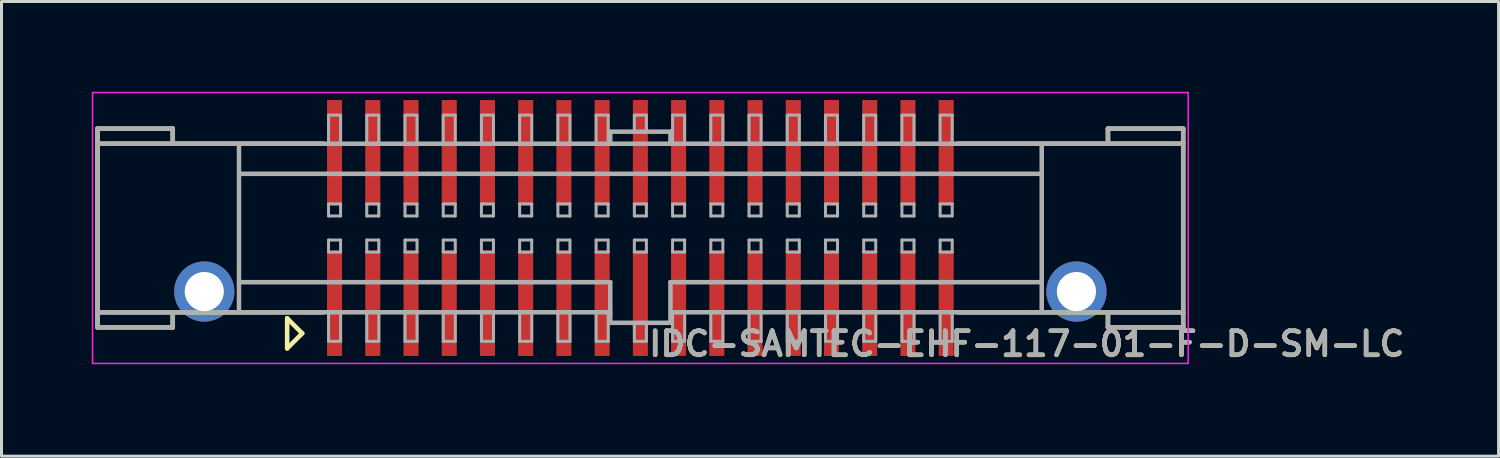
<source format=kicad_pcb>
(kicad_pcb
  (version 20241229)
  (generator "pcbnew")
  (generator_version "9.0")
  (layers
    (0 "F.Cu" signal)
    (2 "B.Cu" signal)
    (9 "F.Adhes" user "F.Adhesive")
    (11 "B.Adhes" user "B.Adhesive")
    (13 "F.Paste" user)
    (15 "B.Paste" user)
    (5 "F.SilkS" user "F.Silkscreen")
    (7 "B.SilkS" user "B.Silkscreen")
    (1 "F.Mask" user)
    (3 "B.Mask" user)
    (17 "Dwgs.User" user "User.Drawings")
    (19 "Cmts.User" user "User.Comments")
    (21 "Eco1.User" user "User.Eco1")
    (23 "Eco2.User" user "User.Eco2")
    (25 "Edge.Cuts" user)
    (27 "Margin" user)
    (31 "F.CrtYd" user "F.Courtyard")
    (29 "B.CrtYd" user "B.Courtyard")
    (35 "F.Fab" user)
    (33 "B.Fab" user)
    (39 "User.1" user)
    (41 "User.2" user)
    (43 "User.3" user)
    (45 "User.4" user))
  (footprint "IDC-SAMTEC-EHF-117-01-F-D-SM-LC"
    (layer "F.Cu")
    (at 18.225 4.525)
    (property "Reference" "IDC-SAMTEC-EHF-117-01-F-D-SM-LC" (at 12.835 3.85 0) (layer "F.SilkS") (effects (font (size 0.8 0.8) (thickness 0.15))))
    (attr through_hole)
    (fp_line (start -18.035 -3.3) (end -15.535 -3.3) (stroke (width 0.15) (type solid)) (layer "F.SilkS"))
    (fp_line (start -18.035 -2.8) (end -18.035 -3.3) (stroke (width 0.15) (type solid)) (layer "F.SilkS"))
    (fp_line (start -18.035 2.8) (end -18.035 -2.8) (stroke (width 0.15) (type solid)) (layer "F.SilkS"))
    (fp_line (start -18.035 2.8) (end -18.035 3.3) (stroke (width 0.15) (type solid)) (layer "F.SilkS"))
    (fp_line (start -18.035 2.8) (end -10.535 2.8) (stroke (width 0.15) (type solid)) (layer "F.SilkS"))
    (fp_line (start -18.035 3.3) (end -15.535 3.3) (stroke (width 0.15) (type solid)) (layer "F.SilkS"))
    (fp_line (start -15.535 -3.3) (end -15.535 -2.8) (stroke (width 0.15) (type solid)) (layer "F.SilkS"))
    (fp_line (start -15.535 3.3) (end -15.535 2.8) (stroke (width 0.15) (type solid)) (layer "F.SilkS"))
    (fp_line (start -11.735 3) (end -11.735 4) (stroke (width 0.15) (type solid)) (layer "F.SilkS"))
    (fp_line (start -11.735 4) (end -11.235 3.5) (stroke (width 0.15) (type solid)) (layer "F.SilkS"))
    (fp_line (start -11.235 3.5) (end -11.735 3) (stroke (width 0.15) (type solid)) (layer "F.SilkS"))
    (fp_line (start -10.535 -2.8) (end -18.035 -2.8) (stroke (width 0.15) (type solid)) (layer "F.SilkS"))
    (fp_line (start 10.535 2.8) (end 18.035 2.8) (stroke (width 0.15) (type solid)) (layer "F.SilkS"))
    (fp_line (start 15.535 -3.3) (end 15.535 -2.8) (stroke (width 0.15) (type solid)) (layer "F.SilkS"))
    (fp_line (start 15.535 3.3) (end 15.535 2.8) (stroke (width 0.15) (type solid)) (layer "F.SilkS"))
    (fp_line (start 18.035 -3.3) (end 15.535 -3.3) (stroke (width 0.15) (type solid)) (layer "F.SilkS"))
    (fp_line (start 18.035 -2.8) (end 10.535 -2.8) (stroke (width 0.15) (type solid)) (layer "F.SilkS"))
    (fp_line (start 18.035 -2.8) (end 18.035 -3.3) (stroke (width 0.15) (type solid)) (layer "F.SilkS"))
    (fp_line (start 18.035 -2.8) (end 18.035 2.8) (stroke (width 0.15) (type solid)) (layer "F.SilkS"))
    (fp_line (start 18.035 2.8) (end 18.035 3.3) (stroke (width 0.15) (type solid)) (layer "F.SilkS"))
    (fp_line (start 18.035 3.3) (end 15.535 3.3) (stroke (width 0.15) (type solid)) (layer "F.SilkS"))
    (fp_line (start -18.2 -4.5) (end 18.2 -4.5) (stroke (width 0.05) (type solid)) (layer "F.CrtYd"))
    (fp_line (start -18.2 4.5) (end -18.2 -4.5) (stroke (width 0.05) (type solid)) (layer "F.CrtYd"))
    (fp_line (start 18.2 -4.5) (end 18.2 4.5) (stroke (width 0.05) (type solid)) (layer "F.CrtYd"))
    (fp_line (start 18.2 4.5) (end -18.2 4.5) (stroke (width 0.05) (type solid)) (layer "F.CrtYd"))
    (fp_line (start -18.035 -3.3) (end -18.035 -2.8) (stroke (width 0.15) (type solid)) (layer "F.Fab"))
    (fp_line (start -18.035 2.8) (end -18.035 -2.8) (stroke (width 0.15) (type solid)) (layer "F.Fab"))
    (fp_line (start -18.035 2.8) (end -18.035 3.3) (stroke (width 0.15) (type solid)) (layer "F.Fab"))
    (fp_line (start -18.035 2.8) (end -1 2.8) (stroke (width 0.15) (type solid)) (layer "F.Fab"))
    (fp_line (start -18.035 3.3) (end -15.535 3.3) (stroke (width 0.15) (type solid)) (layer "F.Fab"))
    (fp_line (start -18 -2.8) (end 18 -2.8) (stroke (width 0.15) (type solid)) (layer "F.Fab"))
    (fp_line (start -15.535 -3.3) (end -18.035 -3.3) (stroke (width 0.15) (type solid)) (layer "F.Fab"))
    (fp_line (start -15.535 -2.8) (end -15.535 -3.3) (stroke (width 0.15) (type solid)) (layer "F.Fab"))
    (fp_line (start -15.535 3.3) (end -15.535 2.8) (stroke (width 0.15) (type solid)) (layer "F.Fab"))
    (fp_line (start -13.335 -2.8) (end -13.335 2.8) (stroke (width 0.15) (type solid)) (layer "F.Fab"))
    (fp_line (start -13.335 1.8) (end -1 1.8) (stroke (width 0.15) (type solid)) (layer "F.Fab"))
    (fp_line (start -13.3 -1.8) (end 13.3 -1.8) (stroke (width 0.15) (type solid)) (layer "F.Fab"))
    (fp_line (start -10.36 -3.75) (end -9.96 -3.75) (stroke (width 0.1) (type solid)) (layer "F.Fab"))
    (fp_line (start -10.36 -2.8) (end -10.36 -3.75) (stroke (width 0.1) (type solid)) (layer "F.Fab"))
    (fp_line (start -10.36 -0.8) (end -9.96 -0.8) (stroke (width 0.1) (type solid)) (layer "F.Fab"))
    (fp_line (start -10.36 -0.4) (end -10.36 -0.8) (stroke (width 0.1) (type solid)) (layer "F.Fab"))
    (fp_line (start -10.36 0.4) (end -9.96 0.4) (stroke (width 0.1) (type solid)) (layer "F.Fab"))
    (fp_line (start -10.36 0.8) (end -10.36 0.4) (stroke (width 0.1) (type solid)) (layer "F.Fab"))
    (fp_line (start -10.359 3.765) (end -10.359 2.815) (stroke (width 0.1) (type solid)) (layer "F.Fab"))
    (fp_line (start -9.96 -3.75) (end -9.96 -2.8) (stroke (width 0.1) (type solid)) (layer "F.Fab"))
    (fp_line (start -9.96 -0.8) (end -9.96 -0.4) (stroke (width 0.1) (type solid)) (layer "F.Fab"))
    (fp_line (start -9.96 -0.4) (end -10.36 -0.4) (stroke (width 0.1) (type solid)) (layer "F.Fab"))
    (fp_line (start -9.96 0.4) (end -9.96 0.8) (stroke (width 0.1) (type solid)) (layer "F.Fab"))
    (fp_line (start -9.96 0.8) (end -10.36 0.8) (stroke (width 0.1) (type solid)) (layer "F.Fab"))
    (fp_line (start -9.959 2.815) (end -9.959 3.765) (stroke (width 0.1) (type solid)) (layer "F.Fab"))
    (fp_line (start -9.959 3.765) (end -10.359 3.765) (stroke (width 0.1) (type solid)) (layer "F.Fab"))
    (fp_line (start -9.09 -3.75) (end -8.69 -3.75) (stroke (width 0.1) (type solid)) (layer "F.Fab"))
    (fp_line (start -9.09 -2.8) (end -9.09 -3.75) (stroke (width 0.1) (type solid)) (layer "F.Fab"))
    (fp_line (start -9.09 -0.8) (end -8.69 -0.8) (stroke (width 0.1) (type solid)) (layer "F.Fab"))
    (fp_line (start -9.09 -0.4) (end -9.09 -0.8) (stroke (width 0.1) (type solid)) (layer "F.Fab"))
    (fp_line (start -9.09 0.4) (end -8.69 0.4) (stroke (width 0.1) (type solid)) (layer "F.Fab"))
    (fp_line (start -9.09 0.8) (end -9.09 0.4) (stroke (width 0.1) (type solid)) (layer "F.Fab"))
    (fp_line (start -9.089 3.765) (end -9.089 2.815) (stroke (width 0.1) (type solid)) (layer "F.Fab"))
    (fp_line (start -8.69 -3.75) (end -8.69 -2.8) (stroke (width 0.1) (type solid)) (layer "F.Fab"))
    (fp_line (start -8.69 -0.8) (end -8.69 -0.4) (stroke (width 0.1) (type solid)) (layer "F.Fab"))
    (fp_line (start -8.69 -0.4) (end -9.09 -0.4) (stroke (width 0.1) (type solid)) (layer "F.Fab"))
    (fp_line (start -8.69 0.4) (end -8.69 0.8) (stroke (width 0.1) (type solid)) (layer "F.Fab"))
    (fp_line (start -8.69 0.8) (end -9.09 0.8) (stroke (width 0.1) (type solid)) (layer "F.Fab"))
    (fp_line (start -8.689 2.815) (end -8.689 3.765) (stroke (width 0.1) (type solid)) (layer "F.Fab"))
    (fp_line (start -8.689 3.765) (end -9.089 3.765) (stroke (width 0.1) (type solid)) (layer "F.Fab"))
    (fp_line (start -7.82 -3.75) (end -7.42 -3.75) (stroke (width 0.1) (type solid)) (layer "F.Fab"))
    (fp_line (start -7.82 -2.8) (end -7.82 -3.75) (stroke (width 0.1) (type solid)) (layer "F.Fab"))
    (fp_line (start -7.82 -0.8) (end -7.42 -0.8) (stroke (width 0.1) (type solid)) (layer "F.Fab"))
    (fp_line (start -7.82 -0.4) (end -7.82 -0.8) (stroke (width 0.1) (type solid)) (layer "F.Fab"))
    (fp_line (start -7.82 0.4) (end -7.42 0.4) (stroke (width 0.1) (type solid)) (layer "F.Fab"))
    (fp_line (start -7.82 0.8) (end -7.82 0.4) (stroke (width 0.1) (type solid)) (layer "F.Fab"))
    (fp_line (start -7.819 3.765) (end -7.819 2.815) (stroke (width 0.1) (type solid)) (layer "F.Fab"))
    (fp_line (start -7.42 -3.75) (end -7.42 -2.8) (stroke (width 0.1) (type solid)) (layer "F.Fab"))
    (fp_line (start -7.42 -0.8) (end -7.42 -0.4) (stroke (width 0.1) (type solid)) (layer "F.Fab"))
    (fp_line (start -7.42 -0.4) (end -7.82 -0.4) (stroke (width 0.1) (type solid)) (layer "F.Fab"))
    (fp_line (start -7.42 0.4) (end -7.42 0.8) (stroke (width 0.1) (type solid)) (layer "F.Fab"))
    (fp_line (start -7.42 0.8) (end -7.82 0.8) (stroke (width 0.1) (type solid)) (layer "F.Fab"))
    (fp_line (start -7.419 2.815) (end -7.419 3.765) (stroke (width 0.1) (type solid)) (layer "F.Fab"))
    (fp_line (start -7.419 3.765) (end -7.819 3.765) (stroke (width 0.1) (type solid)) (layer "F.Fab"))
    (fp_line (start -6.55 -3.75) (end -6.15 -3.75) (stroke (width 0.1) (type solid)) (layer "F.Fab"))
    (fp_line (start -6.55 -2.8) (end -6.55 -3.75) (stroke (width 0.1) (type solid)) (layer "F.Fab"))
    (fp_line (start -6.55 -0.8) (end -6.15 -0.8) (stroke (width 0.1) (type solid)) (layer "F.Fab"))
    (fp_line (start -6.55 -0.4) (end -6.55 -0.8) (stroke (width 0.1) (type solid)) (layer "F.Fab"))
    (fp_line (start -6.55 0.4) (end -6.15 0.4) (stroke (width 0.1) (type solid)) (layer "F.Fab"))
    (fp_line (start -6.55 0.8) (end -6.55 0.4) (stroke (width 0.1) (type solid)) (layer "F.Fab"))
    (fp_line (start -6.549 3.765) (end -6.549 2.815) (stroke (width 0.1) (type solid)) (layer "F.Fab"))
    (fp_line (start -6.15 -3.75) (end -6.15 -2.8) (stroke (width 0.1) (type solid)) (layer "F.Fab"))
    (fp_line (start -6.15 -0.8) (end -6.15 -0.4) (stroke (width 0.1) (type solid)) (layer "F.Fab"))
    (fp_line (start -6.15 -0.4) (end -6.55 -0.4) (stroke (width 0.1) (type solid)) (layer "F.Fab"))
    (fp_line (start -6.15 0.4) (end -6.15 0.8) (stroke (width 0.1) (type solid)) (layer "F.Fab"))
    (fp_line (start -6.15 0.8) (end -6.55 0.8) (stroke (width 0.1) (type solid)) (layer "F.Fab"))
    (fp_line (start -6.149 2.815) (end -6.149 3.765) (stroke (width 0.1) (type solid)) (layer "F.Fab"))
    (fp_line (start -6.149 3.765) (end -6.549 3.765) (stroke (width 0.1) (type solid)) (layer "F.Fab"))
    (fp_line (start -5.28 -3.75) (end -4.88 -3.75) (stroke (width 0.1) (type solid)) (layer "F.Fab"))
    (fp_line (start -5.28 -2.8) (end -5.28 -3.75) (stroke (width 0.1) (type solid)) (layer "F.Fab"))
    (fp_line (start -5.28 -0.8) (end -4.88 -0.8) (stroke (width 0.1) (type solid)) (layer "F.Fab"))
    (fp_line (start -5.28 -0.4) (end -5.28 -0.8) (stroke (width 0.1) (type solid)) (layer "F.Fab"))
    (fp_line (start -5.28 0.4) (end -4.88 0.4) (stroke (width 0.1) (type solid)) (layer "F.Fab"))
    (fp_line (start -5.28 0.8) (end -5.28 0.4) (stroke (width 0.1) (type solid)) (layer "F.Fab"))
    (fp_line (start -5.279 3.765) (end -5.279 2.815) (stroke (width 0.1) (type solid)) (layer "F.Fab"))
    (fp_line (start -4.88 -3.75) (end -4.88 -2.8) (stroke (width 0.1) (type solid)) (layer "F.Fab"))
    (fp_line (start -4.88 -0.8) (end -4.88 -0.4) (stroke (width 0.1) (type solid)) (layer "F.Fab"))
    (fp_line (start -4.88 -0.4) (end -5.28 -0.4) (stroke (width 0.1) (type solid)) (layer "F.Fab"))
    (fp_line (start -4.88 0.4) (end -4.88 0.8) (stroke (width 0.1) (type solid)) (layer "F.Fab"))
    (fp_line (start -4.88 0.8) (end -5.28 0.8) (stroke (width 0.1) (type solid)) (layer "F.Fab"))
    (fp_line (start -4.879 2.815) (end -4.879 3.765) (stroke (width 0.1) (type solid)) (layer "F.Fab"))
    (fp_line (start -4.879 3.765) (end -5.279 3.765) (stroke (width 0.1) (type solid)) (layer "F.Fab"))
    (fp_line (start -4.01 -3.75) (end -3.61 -3.75) (stroke (width 0.1) (type solid)) (layer "F.Fab"))
    (fp_line (start -4.01 -2.8) (end -4.01 -3.75) (stroke (width 0.1) (type solid)) (layer "F.Fab"))
    (fp_line (start -4.01 -0.8) (end -3.61 -0.8) (stroke (width 0.1) (type solid)) (layer "F.Fab"))
    (fp_line (start -4.01 -0.4) (end -4.01 -0.8) (stroke (width 0.1) (type solid)) (layer "F.Fab"))
    (fp_line (start -4.01 0.4) (end -3.61 0.4) (stroke (width 0.1) (type solid)) (layer "F.Fab"))
    (fp_line (start -4.01 0.8) (end -4.01 0.4) (stroke (width 0.1) (type solid)) (layer "F.Fab"))
    (fp_line (start -4.009 3.765) (end -4.009 2.815) (stroke (width 0.1) (type solid)) (layer "F.Fab"))
    (fp_line (start -3.61 -3.75) (end -3.61 -2.8) (stroke (width 0.1) (type solid)) (layer "F.Fab"))
    (fp_line (start -3.61 -0.8) (end -3.61 -0.4) (stroke (width 0.1) (type solid)) (layer "F.Fab"))
    (fp_line (start -3.61 -0.4) (end -4.01 -0.4) (stroke (width 0.1) (type solid)) (layer "F.Fab"))
    (fp_line (start -3.61 0.4) (end -3.61 0.8) (stroke (width 0.1) (type solid)) (layer "F.Fab"))
    (fp_line (start -3.61 0.8) (end -4.01 0.8) (stroke (width 0.1) (type solid)) (layer "F.Fab"))
    (fp_line (start -3.609 2.815) (end -3.609 3.765) (stroke (width 0.1) (type solid)) (layer "F.Fab"))
    (fp_line (start -3.609 3.765) (end -4.009 3.765) (stroke (width 0.1) (type solid)) (layer "F.Fab"))
    (fp_line (start -2.74 -3.75) (end -2.34 -3.75) (stroke (width 0.1) (type solid)) (layer "F.Fab"))
    (fp_line (start -2.74 -2.8) (end -2.74 -3.75) (stroke (width 0.1) (type solid)) (layer "F.Fab"))
    (fp_line (start -2.74 -0.8) (end -2.34 -0.8) (stroke (width 0.1) (type solid)) (layer "F.Fab"))
    (fp_line (start -2.74 -0.4) (end -2.74 -0.8) (stroke (width 0.1) (type solid)) (layer "F.Fab"))
    (fp_line (start -2.74 0.4) (end -2.34 0.4) (stroke (width 0.1) (type solid)) (layer "F.Fab"))
    (fp_line (start -2.74 0.8) (end -2.74 0.4) (stroke (width 0.1) (type solid)) (layer "F.Fab"))
    (fp_line (start -2.739 3.765) (end -2.739 2.815) (stroke (width 0.1) (type solid)) (layer "F.Fab"))
    (fp_line (start -2.34 -3.75) (end -2.34 -2.8) (stroke (width 0.1) (type solid)) (layer "F.Fab"))
    (fp_line (start -2.34 -0.8) (end -2.34 -0.4) (stroke (width 0.1) (type solid)) (layer "F.Fab"))
    (fp_line (start -2.34 -0.4) (end -2.74 -0.4) (stroke (width 0.1) (type solid)) (layer "F.Fab"))
    (fp_line (start -2.34 0.4) (end -2.34 0.8) (stroke (width 0.1) (type solid)) (layer "F.Fab"))
    (fp_line (start -2.34 0.8) (end -2.74 0.8) (stroke (width 0.1) (type solid)) (layer "F.Fab"))
    (fp_line (start -2.339 2.815) (end -2.339 3.765) (stroke (width 0.1) (type solid)) (layer "F.Fab"))
    (fp_line (start -2.339 3.765) (end -2.739 3.765) (stroke (width 0.1) (type solid)) (layer "F.Fab"))
    (fp_line (start -1.47 -3.75) (end -1.07 -3.75) (stroke (width 0.1) (type solid)) (layer "F.Fab"))
    (fp_line (start -1.47 -2.8) (end -1.47 -3.75) (stroke (width 0.1) (type solid)) (layer "F.Fab"))
    (fp_line (start -1.47 -0.8) (end -1.07 -0.8) (stroke (width 0.1) (type solid)) (layer "F.Fab"))
    (fp_line (start -1.47 -0.4) (end -1.47 -0.8) (stroke (width 0.1) (type solid)) (layer "F.Fab"))
    (fp_line (start -1.47 0.4) (end -1.07 0.4) (stroke (width 0.1) (type solid)) (layer "F.Fab"))
    (fp_line (start -1.47 0.8) (end -1.47 0.4) (stroke (width 0.1) (type solid)) (layer "F.Fab"))
    (fp_line (start -1.469 3.765) (end -1.469 2.815) (stroke (width 0.1) (type solid)) (layer "F.Fab"))
    (fp_line (start -1.07 -3.75) (end -1.07 -2.8) (stroke (width 0.1) (type solid)) (layer "F.Fab"))
    (fp_line (start -1.07 -0.8) (end -1.07 -0.4) (stroke (width 0.1) (type solid)) (layer "F.Fab"))
    (fp_line (start -1.07 -0.4) (end -1.47 -0.4) (stroke (width 0.1) (type solid)) (layer "F.Fab"))
    (fp_line (start -1.07 0.4) (end -1.07 0.8) (stroke (width 0.1) (type solid)) (layer "F.Fab"))
    (fp_line (start -1.07 0.8) (end -1.47 0.8) (stroke (width 0.1) (type solid)) (layer "F.Fab"))
    (fp_line (start -1.069 2.815) (end -1.069 3.765) (stroke (width 0.1) (type solid)) (layer "F.Fab"))
    (fp_line (start -1.069 3.765) (end -1.469 3.765) (stroke (width 0.1) (type solid)) (layer "F.Fab"))
    (fp_line (start -1 -3.2) (end 1 -3.2) (stroke (width 0.15) (type solid)) (layer "F.Fab"))
    (fp_line (start -1 -2.8) (end -1 -3.2) (stroke (width 0.15) (type solid)) (layer "F.Fab"))
    (fp_line (start -1 1.8) (end -1 3.15) (stroke (width 0.15) (type solid)) (layer "F.Fab"))
    (fp_line (start -1 3.15) (end 1 3.15) (stroke (width 0.15) (type solid)) (layer "F.Fab"))
    (fp_line (start -0.2 -3.75) (end 0.2 -3.75) (stroke (width 0.1) (type solid)) (layer "F.Fab"))
    (fp_line (start -0.2 -3.2) (end -0.2 -3.75) (stroke (width 0.1) (type solid)) (layer "F.Fab"))
    (fp_line (start -0.2 -0.8) (end 0.2 -0.8) (stroke (width 0.1) (type solid)) (layer "F.Fab"))
    (fp_line (start -0.2 -0.4) (end -0.2 -0.8) (stroke (width 0.1) (type solid)) (layer "F.Fab"))
    (fp_line (start -0.2 0.4) (end 0.2 0.4) (stroke (width 0.1) (type solid)) (layer "F.Fab"))
    (fp_line (start -0.2 0.8) (end -0.2 0.4) (stroke (width 0.1) (type solid)) (layer "F.Fab"))
    (fp_line (start -0.199 3.765) (end -0.2 3.15) (stroke (width 0.1) (type solid)) (layer "F.Fab"))
    (fp_line (start 0.2 -3.75) (end 0.2 -3.2) (stroke (width 0.1) (type solid)) (layer "F.Fab"))
    (fp_line (start 0.2 -0.8) (end 0.2 -0.4) (stroke (width 0.1) (type solid)) (layer "F.Fab"))
    (fp_line (start 0.2 -0.4) (end -0.2 -0.4) (stroke (width 0.1) (type solid)) (layer "F.Fab"))
    (fp_line (start 0.2 0.4) (end 0.2 0.8) (stroke (width 0.1) (type solid)) (layer "F.Fab"))
    (fp_line (start 0.2 0.8) (end -0.2 0.8) (stroke (width 0.1) (type solid)) (layer "F.Fab"))
    (fp_line (start 0.2 3.15) (end 0.201 3.765) (stroke (width 0.1) (type solid)) (layer "F.Fab"))
    (fp_line (start 0.201 3.765) (end -0.199 3.765) (stroke (width 0.1) (type solid)) (layer "F.Fab"))
    (fp_line (start 1 -3.2) (end 1 -2.8) (stroke (width 0.15) (type solid)) (layer "F.Fab"))
    (fp_line (start 1 1.8) (end 13.3 1.8) (stroke (width 0.15) (type solid)) (layer "F.Fab"))
    (fp_line (start 1 2.8) (end 18 2.8) (stroke (width 0.15) (type solid)) (layer "F.Fab"))
    (fp_line (start 1 3.15) (end 1 1.8) (stroke (width 0.15) (type solid)) (layer "F.Fab"))
    (fp_line (start 1.07 -3.75) (end 1.47 -3.75) (stroke (width 0.1) (type solid)) (layer "F.Fab"))
    (fp_line (start 1.07 -2.8) (end 1.07 -3.75) (stroke (width 0.1) (type solid)) (layer "F.Fab"))
    (fp_line (start 1.07 -0.8) (end 1.47 -0.8) (stroke (width 0.1) (type solid)) (layer "F.Fab"))
    (fp_line (start 1.07 -0.4) (end 1.07 -0.8) (stroke (width 0.1) (type solid)) (layer "F.Fab"))
    (fp_line (start 1.07 0.4) (end 1.47 0.4) (stroke (width 0.1) (type solid)) (layer "F.Fab"))
    (fp_line (start 1.07 0.8) (end 1.07 0.4) (stroke (width 0.1) (type solid)) (layer "F.Fab"))
    (fp_line (start 1.071 3.765) (end 1.071 2.815) (stroke (width 0.1) (type solid)) (layer "F.Fab"))
    (fp_line (start 1.47 -3.75) (end 1.47 -2.8) (stroke (width 0.1) (type solid)) (layer "F.Fab"))
    (fp_line (start 1.47 -0.8) (end 1.47 -0.4) (stroke (width 0.1) (type solid)) (layer "F.Fab"))
    (fp_line (start 1.47 -0.4) (end 1.07 -0.4) (stroke (width 0.1) (type solid)) (layer "F.Fab"))
    (fp_line (start 1.47 0.4) (end 1.47 0.8) (stroke (width 0.1) (type solid)) (layer "F.Fab"))
    (fp_line (start 1.47 0.8) (end 1.07 0.8) (stroke (width 0.1) (type solid)) (layer "F.Fab"))
    (fp_line (start 1.471 2.815) (end 1.471 3.765) (stroke (width 0.1) (type solid)) (layer "F.Fab"))
    (fp_line (start 1.471 3.765) (end 1.071 3.765) (stroke (width 0.1) (type solid)) (layer "F.Fab"))
    (fp_line (start 2.34 -3.75) (end 2.74 -3.75) (stroke (width 0.1) (type solid)) (layer "F.Fab"))
    (fp_line (start 2.34 -2.8) (end 2.34 -3.75) (stroke (width 0.1) (type solid)) (layer "F.Fab"))
    (fp_line (start 2.34 -0.8) (end 2.74 -0.8) (stroke (width 0.1) (type solid)) (layer "F.Fab"))
    (fp_line (start 2.34 -0.4) (end 2.34 -0.8) (stroke (width 0.1) (type solid)) (layer "F.Fab"))
    (fp_line (start 2.34 0.4) (end 2.74 0.4) (stroke (width 0.1) (type solid)) (layer "F.Fab"))
    (fp_line (start 2.34 0.8) (end 2.34 0.4) (stroke (width 0.1) (type solid)) (layer "F.Fab"))
    (fp_line (start 2.341 3.765) (end 2.341 2.815) (stroke (width 0.1) (type solid)) (layer "F.Fab"))
    (fp_line (start 2.74 -3.75) (end 2.74 -2.8) (stroke (width 0.1) (type solid)) (layer "F.Fab"))
    (fp_line (start 2.74 -0.8) (end 2.74 -0.4) (stroke (width 0.1) (type solid)) (layer "F.Fab"))
    (fp_line (start 2.74 -0.4) (end 2.34 -0.4) (stroke (width 0.1) (type solid)) (layer "F.Fab"))
    (fp_line (start 2.74 0.4) (end 2.74 0.8) (stroke (width 0.1) (type solid)) (layer "F.Fab"))
    (fp_line (start 2.74 0.8) (end 2.34 0.8) (stroke (width 0.1) (type solid)) (layer "F.Fab"))
    (fp_line (start 2.741 2.815) (end 2.741 3.765) (stroke (width 0.1) (type solid)) (layer "F.Fab"))
    (fp_line (start 2.741 3.765) (end 2.341 3.765) (stroke (width 0.1) (type solid)) (layer "F.Fab"))
    (fp_line (start 3.61 -3.75) (end 4.01 -3.75) (stroke (width 0.1) (type solid)) (layer "F.Fab"))
    (fp_line (start 3.61 -2.8) (end 3.61 -3.75) (stroke (width 0.1) (type solid)) (layer "F.Fab"))
    (fp_line (start 3.61 -0.8) (end 4.01 -0.8) (stroke (width 0.1) (type solid)) (layer "F.Fab"))
    (fp_line (start 3.61 -0.4) (end 3.61 -0.8) (stroke (width 0.1) (type solid)) (layer "F.Fab"))
    (fp_line (start 3.61 0.4) (end 4.01 0.4) (stroke (width 0.1) (type solid)) (layer "F.Fab"))
    (fp_line (start 3.61 0.8) (end 3.61 0.4) (stroke (width 0.1) (type solid)) (layer "F.Fab"))
    (fp_line (start 3.611 3.765) (end 3.611 2.815) (stroke (width 0.1) (type solid)) (layer "F.Fab"))
    (fp_line (start 4.01 -3.75) (end 4.01 -2.8) (stroke (width 0.1) (type solid)) (layer "F.Fab"))
    (fp_line (start 4.01 -0.8) (end 4.01 -0.4) (stroke (width 0.1) (type solid)) (layer "F.Fab"))
    (fp_line (start 4.01 -0.4) (end 3.61 -0.4) (stroke (width 0.1) (type solid)) (layer "F.Fab"))
    (fp_line (start 4.01 0.4) (end 4.01 0.8) (stroke (width 0.1) (type solid)) (layer "F.Fab"))
    (fp_line (start 4.01 0.8) (end 3.61 0.8) (stroke (width 0.1) (type solid)) (layer "F.Fab"))
    (fp_line (start 4.011 2.815) (end 4.011 3.765) (stroke (width 0.1) (type solid)) (layer "F.Fab"))
    (fp_line (start 4.011 3.765) (end 3.611 3.765) (stroke (width 0.1) (type solid)) (layer "F.Fab"))
    (fp_line (start 4.88 -3.75) (end 5.28 -3.75) (stroke (width 0.1) (type solid)) (layer "F.Fab"))
    (fp_line (start 4.88 -2.8) (end 4.88 -3.75) (stroke (width 0.1) (type solid)) (layer "F.Fab"))
    (fp_line (start 4.88 -0.8) (end 5.28 -0.8) (stroke (width 0.1) (type solid)) (layer "F.Fab"))
    (fp_line (start 4.88 -0.4) (end 4.88 -0.8) (stroke (width 0.1) (type solid)) (layer "F.Fab"))
    (fp_line (start 4.88 0.4) (end 5.28 0.4) (stroke (width 0.1) (type solid)) (layer "F.Fab"))
    (fp_line (start 4.88 0.8) (end 4.88 0.4) (stroke (width 0.1) (type solid)) (layer "F.Fab"))
    (fp_line (start 4.881 3.765) (end 4.881 2.815) (stroke (width 0.1) (type solid)) (layer "F.Fab"))
    (fp_line (start 5.28 -3.75) (end 5.28 -2.8) (stroke (width 0.1) (type solid)) (layer "F.Fab"))
    (fp_line (start 5.28 -0.8) (end 5.28 -0.4) (stroke (width 0.1) (type solid)) (layer "F.Fab"))
    (fp_line (start 5.28 -0.4) (end 4.88 -0.4) (stroke (width 0.1) (type solid)) (layer "F.Fab"))
    (fp_line (start 5.28 0.4) (end 5.28 0.8) (stroke (width 0.1) (type solid)) (layer "F.Fab"))
    (fp_line (start 5.28 0.8) (end 4.88 0.8) (stroke (width 0.1) (type solid)) (layer "F.Fab"))
    (fp_line (start 5.281 2.815) (end 5.281 3.765) (stroke (width 0.1) (type solid)) (layer "F.Fab"))
    (fp_line (start 5.281 3.765) (end 4.881 3.765) (stroke (width 0.1) (type solid)) (layer "F.Fab"))
    (fp_line (start 6.15 -3.75) (end 6.55 -3.75) (stroke (width 0.1) (type solid)) (layer "F.Fab"))
    (fp_line (start 6.15 -2.8) (end 6.15 -3.75) (stroke (width 0.1) (type solid)) (layer "F.Fab"))
    (fp_line (start 6.15 -0.8) (end 6.55 -0.8) (stroke (width 0.1) (type solid)) (layer "F.Fab"))
    (fp_line (start 6.15 -0.4) (end 6.15 -0.8) (stroke (width 0.1) (type solid)) (layer "F.Fab"))
    (fp_line (start 6.15 0.4) (end 6.55 0.4) (stroke (width 0.1) (type solid)) (layer "F.Fab"))
    (fp_line (start 6.15 0.8) (end 6.15 0.4) (stroke (width 0.1) (type solid)) (layer "F.Fab"))
    (fp_line (start 6.151 3.765) (end 6.151 2.815) (stroke (width 0.1) (type solid)) (layer "F.Fab"))
    (fp_line (start 6.55 -3.75) (end 6.55 -2.8) (stroke (width 0.1) (type solid)) (layer "F.Fab"))
    (fp_line (start 6.55 -0.8) (end 6.55 -0.4) (stroke (width 0.1) (type solid)) (layer "F.Fab"))
    (fp_line (start 6.55 -0.4) (end 6.15 -0.4) (stroke (width 0.1) (type solid)) (layer "F.Fab"))
    (fp_line (start 6.55 0.4) (end 6.55 0.8) (stroke (width 0.1) (type solid)) (layer "F.Fab"))
    (fp_line (start 6.55 0.8) (end 6.15 0.8) (stroke (width 0.1) (type solid)) (layer "F.Fab"))
    (fp_line (start 6.551 2.815) (end 6.551 3.765) (stroke (width 0.1) (type solid)) (layer "F.Fab"))
    (fp_line (start 6.551 3.765) (end 6.151 3.765) (stroke (width 0.1) (type solid)) (layer "F.Fab"))
    (fp_line (start 7.42 -3.75) (end 7.82 -3.75) (stroke (width 0.1) (type solid)) (layer "F.Fab"))
    (fp_line (start 7.42 -2.8) (end 7.42 -3.75) (stroke (width 0.1) (type solid)) (layer "F.Fab"))
    (fp_line (start 7.42 -0.8) (end 7.82 -0.8) (stroke (width 0.1) (type solid)) (layer "F.Fab"))
    (fp_line (start 7.42 -0.4) (end 7.42 -0.8) (stroke (width 0.1) (type solid)) (layer "F.Fab"))
    (fp_line (start 7.42 0.4) (end 7.82 0.4) (stroke (width 0.1) (type solid)) (layer "F.Fab"))
    (fp_line (start 7.42 0.8) (end 7.42 0.4) (stroke (width 0.1) (type solid)) (layer "F.Fab"))
    (fp_line (start 7.421 3.765) (end 7.421 2.815) (stroke (width 0.1) (type solid)) (layer "F.Fab"))
    (fp_line (start 7.82 -3.75) (end 7.82 -2.8) (stroke (width 0.1) (type solid)) (layer "F.Fab"))
    (fp_line (start 7.82 -0.8) (end 7.82 -0.4) (stroke (width 0.1) (type solid)) (layer "F.Fab"))
    (fp_line (start 7.82 -0.4) (end 7.42 -0.4) (stroke (width 0.1) (type solid)) (layer "F.Fab"))
    (fp_line (start 7.82 0.4) (end 7.82 0.8) (stroke (width 0.1) (type solid)) (layer "F.Fab"))
    (fp_line (start 7.82 0.8) (end 7.42 0.8) (stroke (width 0.1) (type solid)) (layer "F.Fab"))
    (fp_line (start 7.821 2.815) (end 7.821 3.765) (stroke (width 0.1) (type solid)) (layer "F.Fab"))
    (fp_line (start 7.821 3.765) (end 7.421 3.765) (stroke (width 0.1) (type solid)) (layer "F.Fab"))
    (fp_line (start 8.69 -3.75) (end 9.09 -3.75) (stroke (width 0.1) (type solid)) (layer "F.Fab"))
    (fp_line (start 8.69 -2.8) (end 8.69 -3.75) (stroke (width 0.1) (type solid)) (layer "F.Fab"))
    (fp_line (start 8.69 -0.8) (end 9.09 -0.8) (stroke (width 0.1) (type solid)) (layer "F.Fab"))
    (fp_line (start 8.69 -0.4) (end 8.69 -0.8) (stroke (width 0.1) (type solid)) (layer "F.Fab"))
    (fp_line (start 8.69 0.4) (end 9.09 0.4) (stroke (width 0.1) (type solid)) (layer "F.Fab"))
    (fp_line (start 8.69 0.8) (end 8.69 0.4) (stroke (width 0.1) (type solid)) (layer "F.Fab"))
    (fp_line (start 8.691 3.765) (end 8.691 2.815) (stroke (width 0.1) (type solid)) (layer "F.Fab"))
    (fp_line (start 9.09 -3.75) (end 9.09 -2.8) (stroke (width 0.1) (type solid)) (layer "F.Fab"))
    (fp_line (start 9.09 -0.8) (end 9.09 -0.4) (stroke (width 0.1) (type solid)) (layer "F.Fab"))
    (fp_line (start 9.09 -0.4) (end 8.69 -0.4) (stroke (width 0.1) (type solid)) (layer "F.Fab"))
    (fp_line (start 9.09 0.4) (end 9.09 0.8) (stroke (width 0.1) (type solid)) (layer "F.Fab"))
    (fp_line (start 9.09 0.8) (end 8.69 0.8) (stroke (width 0.1) (type solid)) (layer "F.Fab"))
    (fp_line (start 9.091 2.815) (end 9.091 3.765) (stroke (width 0.1) (type solid)) (layer "F.Fab"))
    (fp_line (start 9.091 3.765) (end 8.691 3.765) (stroke (width 0.1) (type solid)) (layer "F.Fab"))
    (fp_line (start 9.96 -3.75) (end 10.36 -3.75) (stroke (width 0.1) (type solid)) (layer "F.Fab"))
    (fp_line (start 9.96 -2.8) (end 9.96 -3.75) (stroke (width 0.1) (type solid)) (layer "F.Fab"))
    (fp_line (start 9.96 -0.8) (end 10.36 -0.8) (stroke (width 0.1) (type solid)) (layer "F.Fab"))
    (fp_line (start 9.96 -0.4) (end 9.96 -0.8) (stroke (width 0.1) (type solid)) (layer "F.Fab"))
    (fp_line (start 9.96 0.4) (end 10.36 0.4) (stroke (width 0.1) (type solid)) (layer "F.Fab"))
    (fp_line (start 9.96 0.8) (end 9.96 0.4) (stroke (width 0.1) (type solid)) (layer "F.Fab"))
    (fp_line (start 9.961 3.765) (end 9.961 2.815) (stroke (width 0.1) (type solid)) (layer "F.Fab"))
    (fp_line (start 10.36 -3.75) (end 10.36 -2.8) (stroke (width 0.1) (type solid)) (layer "F.Fab"))
    (fp_line (start 10.36 -0.8) (end 10.36 -0.4) (stroke (width 0.1) (type solid)) (layer "F.Fab"))
    (fp_line (start 10.36 -0.4) (end 9.96 -0.4) (stroke (width 0.1) (type solid)) (layer "F.Fab"))
    (fp_line (start 10.36 0.4) (end 10.36 0.8) (stroke (width 0.1) (type solid)) (layer "F.Fab"))
    (fp_line (start 10.36 0.8) (end 9.96 0.8) (stroke (width 0.1) (type solid)) (layer "F.Fab"))
    (fp_line (start 10.361 2.815) (end 10.361 3.765) (stroke (width 0.1) (type solid)) (layer "F.Fab"))
    (fp_line (start 10.361 3.765) (end 9.961 3.765) (stroke (width 0.1) (type solid)) (layer "F.Fab"))
    (fp_line (start 13.335 -2.8) (end 13.335 2.8) (stroke (width 0.15) (type solid)) (layer "F.Fab"))
    (fp_line (start 15.535 -3.3) (end 18.035 -3.3) (stroke (width 0.15) (type solid)) (layer "F.Fab"))
    (fp_line (start 15.535 -2.8) (end 15.535 -3.3) (stroke (width 0.15) (type solid)) (layer "F.Fab"))
    (fp_line (start 15.535 2.8) (end 15.535 3.3) (stroke (width 0.15) (type solid)) (layer "F.Fab"))
    (fp_line (start 15.535 3.3) (end 18.035 3.3) (stroke (width 0.15) (type solid)) (layer "F.Fab"))
    (fp_line (start 18.035 -3.3) (end 18.035 -2.8) (stroke (width 0.15) (type solid)) (layer "F.Fab"))
    (fp_line (start 18.035 -2.8) (end 18.035 2.8) (stroke (width 0.15) (type solid)) (layer "F.Fab"))
    (fp_line (start 18.035 3.3) (end 18.035 2.8) (stroke (width 0.15) (type solid)) (layer "F.Fab"))
    (fp_text user "${REFERENCE}" (at 12.835 3.85 0) (layer "F.Fab") (effects (font (size 0.8 0.8) (thickness 0.15))))
    (pad "" thru_hole circle (at -14.488 2.111) (size 2 2) (drill 1.3) (layers "*.Cu" "*.Mask"))
    (pad "" thru_hole circle (at 14.488 2.111) (size 2 2) (drill 1.3) (layers "*.Cu" "*.Mask"))
    (pad "1" smd rect (at -10.16 2.5) (size 0.5 3.5) (layers "F.Cu" "F.Mask" "F.Paste"))
    (pad "2" smd rect (at -10.16 -2.5) (size 0.5 3.5) (layers "F.Cu" "F.Mask" "F.Paste"))
    (pad "3" smd rect (at -8.89 2.5) (size 0.5 3.5) (layers "F.Cu" "F.Mask" "F.Paste"))
    (pad "4" smd rect (at -8.89 -2.5) (size 0.5 3.5) (layers "F.Cu" "F.Mask" "F.Paste"))
    (pad "5" smd rect (at -7.62 2.5) (size 0.5 3.5) (layers "F.Cu" "F.Mask" "F.Paste"))
    (pad "6" smd rect (at -7.62 -2.5) (size 0.5 3.5) (layers "F.Cu" "F.Mask" "F.Paste"))
    (pad "7" smd rect (at -6.35 2.5) (size 0.5 3.5) (layers "F.Cu" "F.Mask" "F.Paste"))
    (pad "8" smd rect (at -6.35 -2.5) (size 0.5 3.5) (layers "F.Cu" "F.Mask" "F.Paste"))
    (pad "9" smd rect (at -5.08 2.5) (size 0.5 3.5) (layers "F.Cu" "F.Mask" "F.Paste"))
    (pad "10" smd rect (at -5.08 -2.5) (size 0.5 3.5) (layers "F.Cu" "F.Mask" "F.Paste"))
    (pad "11" smd rect (at -3.81 2.5) (size 0.5 3.5) (layers "F.Cu" "F.Mask" "F.Paste"))
    (pad "12" smd rect (at -3.81 -2.5) (size 0.5 3.5) (layers "F.Cu" "F.Mask" "F.Paste"))
    (pad "13" smd rect (at -2.54 2.5) (size 0.5 3.5) (layers "F.Cu" "F.Mask" "F.Paste"))
    (pad "14" smd rect (at -2.54 -2.5) (size 0.5 3.5) (layers "F.Cu" "F.Mask" "F.Paste"))
    (pad "15" smd rect (at -1.27 2.5) (size 0.5 3.5) (layers "F.Cu" "F.Mask" "F.Paste"))
    (pad "16" smd rect (at -1.27 -2.5) (size 0.5 3.5) (layers "F.Cu" "F.Mask" "F.Paste"))
    (pad "17" smd rect (at 0 2.5) (size 0.5 3.5) (layers "F.Cu" "F.Mask" "F.Paste"))
    (pad "18" smd rect (at 0 -2.5) (size 0.5 3.5) (layers "F.Cu" "F.Mask" "F.Paste"))
    (pad "19" smd rect (at 1.27 2.5) (size 0.5 3.5) (layers "F.Cu" "F.Mask" "F.Paste"))
    (pad "20" smd rect (at 1.27 -2.5) (size 0.5 3.5) (layers "F.Cu" "F.Mask" "F.Paste"))
    (pad "21" smd rect (at 2.54 2.5) (size 0.5 3.5) (layers "F.Cu" "F.Mask" "F.Paste"))
    (pad "22" smd rect (at 2.54 -2.5) (size 0.5 3.5) (layers "F.Cu" "F.Mask" "F.Paste"))
    (pad "23" smd rect (at 3.81 2.5) (size 0.5 3.5) (layers "F.Cu" "F.Mask" "F.Paste"))
    (pad "24" smd rect (at 3.81 -2.5) (size 0.5 3.5) (layers "F.Cu" "F.Mask" "F.Paste"))
    (pad "25" smd rect (at 5.08 2.5) (size 0.5 3.5) (layers "F.Cu" "F.Mask" "F.Paste"))
    (pad "26" smd rect (at 5.08 -2.5) (size 0.5 3.5) (layers "F.Cu" "F.Mask" "F.Paste"))
    (pad "27" smd rect (at 6.35 2.5) (size 0.5 3.5) (layers "F.Cu" "F.Mask" "F.Paste"))
    (pad "28" smd rect (at 6.35 -2.5) (size 0.5 3.5) (layers "F.Cu" "F.Mask" "F.Paste"))
    (pad "29" smd rect (at 7.62 2.5) (size 0.5 3.5) (layers "F.Cu" "F.Mask" "F.Paste"))
    (pad "30" smd rect (at 7.62 -2.5) (size 0.5 3.5) (layers "F.Cu" "F.Mask" "F.Paste"))
    (pad "31" smd rect (at 8.89 2.5) (size 0.5 3.5) (layers "F.Cu" "F.Mask" "F.Paste"))
    (pad "32" smd rect (at 8.89 -2.5) (size 0.5 3.5) (layers "F.Cu" "F.Mask" "F.Paste"))
    (pad "33" smd rect (at 10.16 2.5) (size 0.5 3.5) (layers "F.Cu" "F.Mask" "F.Paste"))
    (pad "34" smd rect (at 10.16 -2.5) (size 0.5 3.5) (layers "F.Cu" "F.Mask" "F.Paste")))
  (gr_rect
    (start -3 -3)
    (end 46.738 12.106)
    (stroke (width 0.1) (type default))
    (fill no)
    (layer "Edge.Cuts")))
</source>
